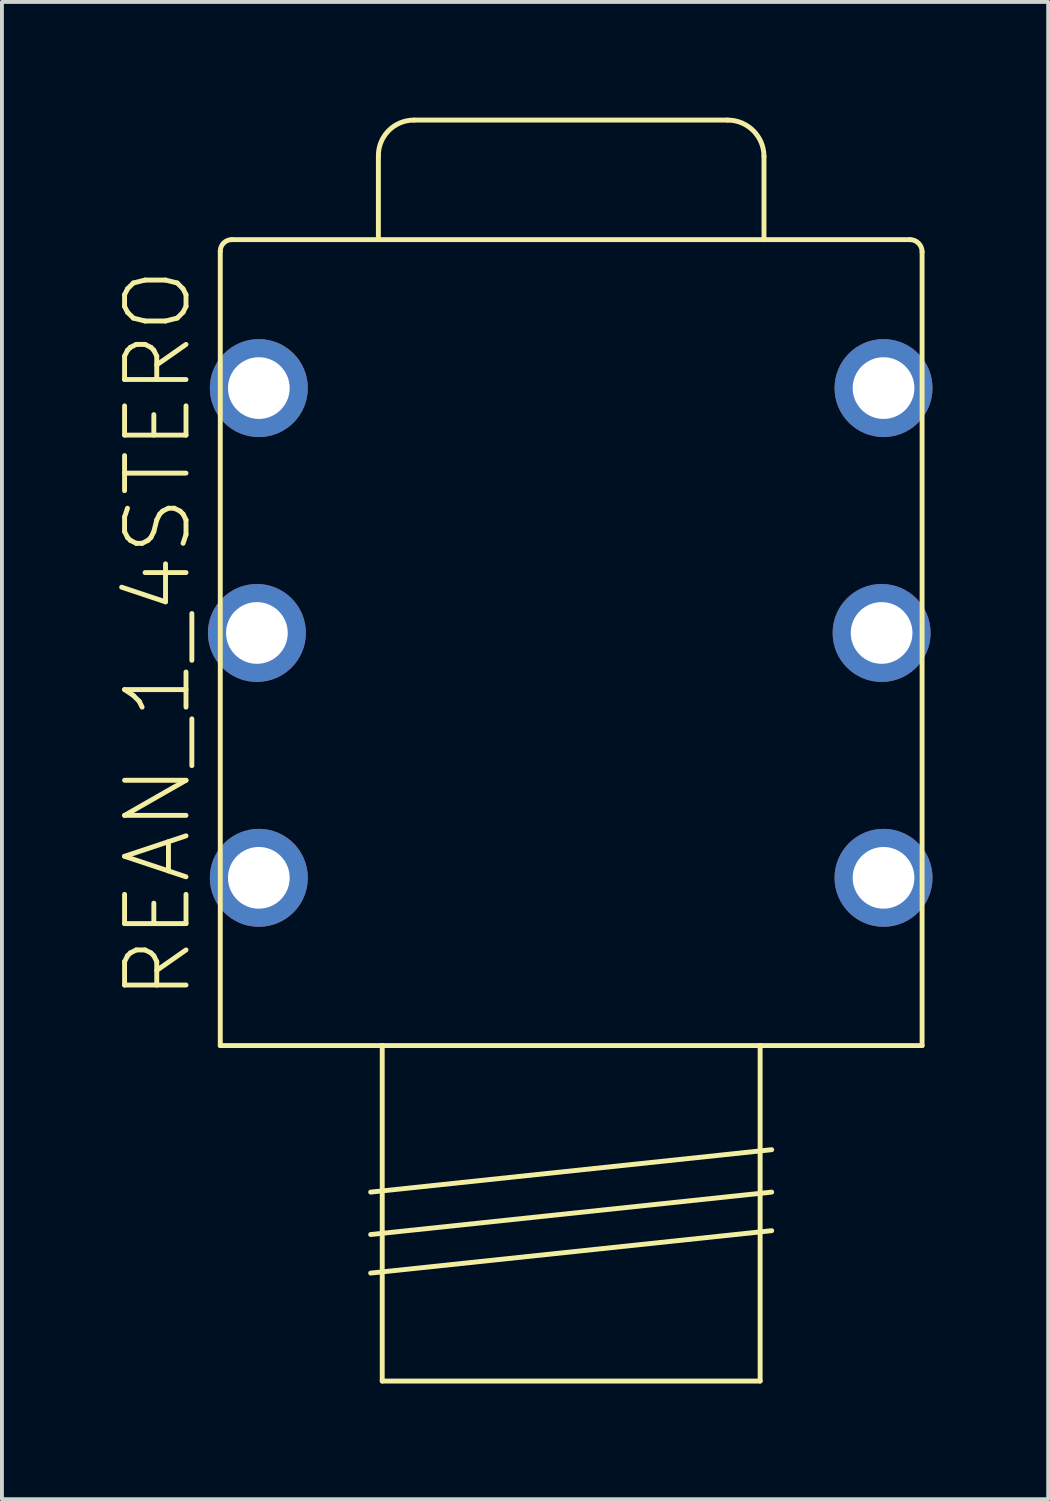
<source format=kicad_pcb>
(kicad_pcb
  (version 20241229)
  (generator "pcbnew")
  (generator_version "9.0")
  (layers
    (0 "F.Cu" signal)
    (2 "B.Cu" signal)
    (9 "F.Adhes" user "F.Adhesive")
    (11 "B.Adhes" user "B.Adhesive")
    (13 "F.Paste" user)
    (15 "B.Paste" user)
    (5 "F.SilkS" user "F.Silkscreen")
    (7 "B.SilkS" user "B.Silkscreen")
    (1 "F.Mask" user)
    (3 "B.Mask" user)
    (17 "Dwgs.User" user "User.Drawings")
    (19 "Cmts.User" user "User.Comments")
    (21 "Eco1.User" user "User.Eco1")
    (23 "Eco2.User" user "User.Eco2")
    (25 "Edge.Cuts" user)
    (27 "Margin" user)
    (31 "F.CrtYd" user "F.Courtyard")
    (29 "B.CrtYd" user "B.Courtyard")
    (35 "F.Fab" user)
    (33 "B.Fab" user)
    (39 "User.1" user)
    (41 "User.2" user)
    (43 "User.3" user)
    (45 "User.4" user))
  (footprint "REAN_1_4STERO"
    (layer "F.Cu")
    (at 11.762 24.064)
    (property "Reference" "REAN_1_4STERO" (at -9.787 -1.107 90) (layer "F.SilkS") (effects (font (size 1.593 1.593) (thickness 0.127)) (justify left bottom)))
    (attr through_hole)
    (fp_line (start -9.1 -20.6) (end -9.1 0) (stroke (width 0.127) (type solid)) (layer "F.SilkS"))
    (fp_line (start -9.1 0) (end -4.9 0) (stroke (width 0.127) (type solid)) (layer "F.SilkS"))
    (fp_line (start -5.2 3.8) (end 5.2 2.7) (stroke (width 0.127) (type solid)) (layer "F.SilkS"))
    (fp_line (start -5.2 4.9) (end 5.2 3.8) (stroke (width 0.127) (type solid)) (layer "F.SilkS"))
    (fp_line (start -5.2 5.9) (end 5.2 4.8) (stroke (width 0.127) (type solid)) (layer "F.SilkS"))
    (fp_line (start -5 -20.9) (end -8.8 -20.9) (stroke (width 0.127) (type solid)) (layer "F.SilkS"))
    (fp_line (start -5 -20.9) (end -5 -23.078) (stroke (width 0.127) (type solid)) (layer "F.SilkS"))
    (fp_line (start -4.9 0) (end -4.9 8.7) (stroke (width 0.127) (type solid)) (layer "F.SilkS"))
    (fp_line (start -4.9 0) (end 4.9 0) (stroke (width 0.127) (type solid)) (layer "F.SilkS"))
    (fp_line (start -4.9 8.7) (end 4.9 8.7) (stroke (width 0.127) (type solid)) (layer "F.SilkS"))
    (fp_line (start -4.078 -24) (end 4.057 -24) (stroke (width 0.127) (type solid)) (layer "F.SilkS"))
    (fp_line (start 4.9 0) (end 9.1 0) (stroke (width 0.127) (type solid)) (layer "F.SilkS"))
    (fp_line (start 4.9 8.7) (end 4.9 0) (stroke (width 0.127) (type solid)) (layer "F.SilkS"))
    (fp_line (start 5 -23.057) (end 5 -20.9) (stroke (width 0.127) (type solid)) (layer "F.SilkS"))
    (fp_line (start 5 -20.9) (end -5 -20.9) (stroke (width 0.127) (type solid)) (layer "F.SilkS"))
    (fp_line (start 8.784 -20.9) (end 5 -20.9) (stroke (width 0.127) (type solid)) (layer "F.SilkS"))
    (fp_line (start 9.1 0) (end 9.1 -20.584) (stroke (width 0.127) (type solid)) (layer "F.SilkS"))
    (fp_arc (start -9.1 -20.6) (mid -9.012132 -20.812132) (end -8.8 -20.9) (stroke (width 0.127) (type solid)) (layer "F.SilkS"))
    (fp_arc (start -5 -23.0781) (mid -4.729982 -23.729982) (end -4.0781 -24) (stroke (width 0.127) (type solid)) (layer "F.SilkS"))
    (fp_arc (start 4.0567 -24) (mid 4.723714 -23.723714) (end 5 -23.0567) (stroke (width 0.127) (type solid)) (layer "F.SilkS"))
    (fp_arc (start 8.7838 -20.9) (mid 9.007387 -20.807387) (end 9.1 -20.5838) (stroke (width 0.127) (type solid)) (layer "F.SilkS"))
    (pad "R" thru_hole circle (at 8.05 -10.7) (size 2.54 2.54) (drill 1.6) (layers "*.Cu" "*.Mask"))
    (pad "RN" thru_hole circle (at -8.15 -10.7) (size 2.54 2.54) (drill 1.6) (layers "*.Cu" "*.Mask"))
    (pad "S" thru_hole circle (at 8.1 -4.35) (size 2.54 2.54) (drill 1.6) (layers "*.Cu" "*.Mask"))
    (pad "SN" thru_hole circle (at -8.1 -4.35) (size 2.54 2.54) (drill 1.6) (layers "*.Cu" "*.Mask"))
    (pad "T" thru_hole circle (at 8.1 -17.05) (size 2.54 2.54) (drill 1.6) (layers "*.Cu" "*.Mask"))
    (pad "TN" thru_hole circle (at -8.1 -17.05) (size 2.54 2.54) (drill 1.6) (layers "*.Cu" "*.Mask")))
  (gr_rect
    (start -3 -3)
    (end 24.132 35.827)
    (stroke (width 0.1) (type default))
    (fill no)
    (layer "Edge.Cuts")))
</source>
